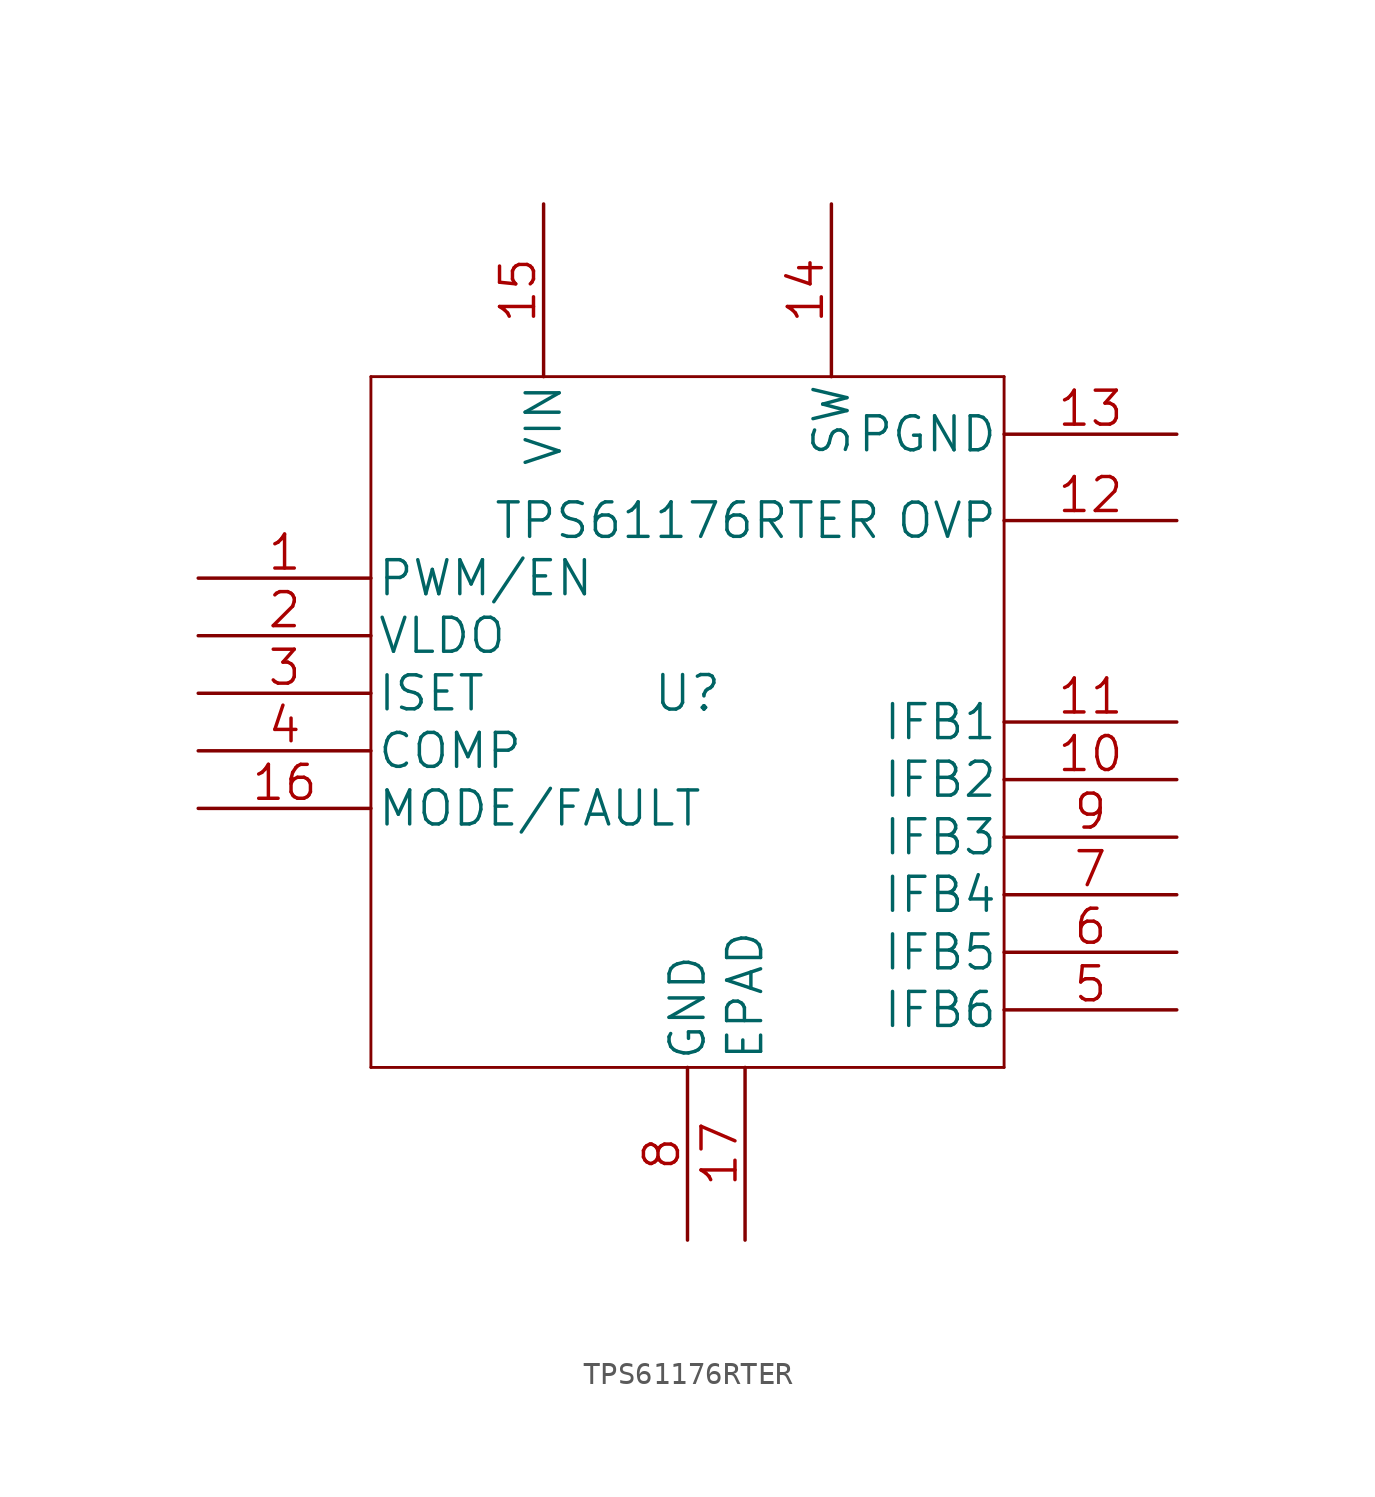
<source format=kicad_sym>
(kicad_symbol_lib
  (version 20201005)
  (generator kicad_symbol_editor)
  (symbol "TPS61176RTER:TPS61176RTER"
    (pin_names
      (offset 0.254))
    (property "Reference" "U"
      (at 21.59 -8.89 0)
      (effects (font (size 1.524 1.524))))
    (property "Value" "TPS61176RTER"
      (at 21.59 -1.27 0)
      (effects (font (size 1.524 1.524))))
    (property "Datasheet" ""
      (at 0 0 0)
      (effects (font (size 1.524 1.524))))
    (property "ki_locked" ""
      (at 0 0 0)
      (effects (font (size 1.27 1.27))))
    (symbol "TPS61176RTER_1_1"
      (polyline (pts (xy 7.62 5.08) (xy 7.62 -25.4)) (stroke (width 0.127)) (fill (type none)))
      (polyline (pts (xy 7.62 -25.4) (xy 35.56 -25.4)) (stroke (width 0.127)) (fill (type none)))
      (polyline (pts (xy 35.56 -25.4) (xy 35.56 5.08)) (stroke (width 0.127)) (fill (type none)))
      (polyline (pts (xy 35.56 5.08) (xy 7.62 5.08)) (stroke (width 0.127)) (fill (type none)))
      (pin input line (at 0 -3.81 0) (length 7.62) (name "PWM/EN" (effects (font (size 1.499 1.499)))) (number "1" (effects (font (size 1.499 1.499)))))
      (pin output line (at 0 -6.35 0) (length 7.62) (name "VLDO" (effects (font (size 1.499 1.499)))) (number "2" (effects (font (size 1.499 1.499)))))
      (pin input line (at 0 -8.89 0) (length 7.62) (name "ISET" (effects (font (size 1.499 1.499)))) (number "3" (effects (font (size 1.499 1.499)))))
      (pin input line (at 0 -11.43 0) (length 7.62) (name "COMP" (effects (font (size 1.499 1.499)))) (number "4" (effects (font (size 1.499 1.499)))))
      (pin input line (at 43.18 -22.86 180) (length 7.62) (name "IFB6" (effects (font (size 1.499 1.499)))) (number "5" (effects (font (size 1.499 1.499)))))
      (pin input line (at 43.18 -20.32 180) (length 7.62) (name "IFB5" (effects (font (size 1.499 1.499)))) (number "6" (effects (font (size 1.499 1.499)))))
      (pin input line (at 43.18 -17.78 180) (length 7.62) (name "IFB4" (effects (font (size 1.499 1.499)))) (number "7" (effects (font (size 1.499 1.499)))))
      (pin power_in line (at 21.59 -33.02 90) (length 7.62) (name "GND" (effects (font (size 1.499 1.499)))) (number "8" (effects (font (size 1.499 1.499)))))
      (pin input line (at 43.18 -15.24 180) (length 7.62) (name "IFB3" (effects (font (size 1.499 1.499)))) (number "9" (effects (font (size 1.499 1.499)))))
      (pin input line (at 43.18 -12.7 180) (length 7.62) (name "IFB2" (effects (font (size 1.499 1.499)))) (number "10" (effects (font (size 1.499 1.499)))))
      (pin input line (at 43.18 -10.16 180) (length 7.62) (name "IFB1" (effects (font (size 1.499 1.499)))) (number "11" (effects (font (size 1.499 1.499)))))
      (pin output line (at 43.18 -1.27 180) (length 7.62) (name "OVP" (effects (font (size 1.499 1.499)))) (number "12" (effects (font (size 1.499 1.499)))))
      (pin power_in line (at 43.18 2.54 180) (length 7.62) (name "PGND" (effects (font (size 1.499 1.499)))) (number "13" (effects (font (size 1.499 1.499)))))
      (pin power_out line (at 27.94 12.7 270) (length 7.62) (name "SW" (effects (font (size 1.499 1.499)))) (number "14" (effects (font (size 1.499 1.499)))))
      (pin power_in line (at 15.24 12.7 270) (length 7.62) (name "VIN" (effects (font (size 1.499 1.499)))) (number "15" (effects (font (size 1.499 1.499)))))
      (pin input line (at 0 -13.97 0) (length 7.62) (name "MODE/FAULT" (effects (font (size 1.499 1.499)))) (number "16" (effects (font (size 1.499 1.499)))))
      (pin power_in line (at 24.13 -33.02 90) (length 7.62) (name "EPAD" (effects (font (size 1.499 1.499)))) (number "17" (effects (font (size 1.499 1.499))))))))
</source>
